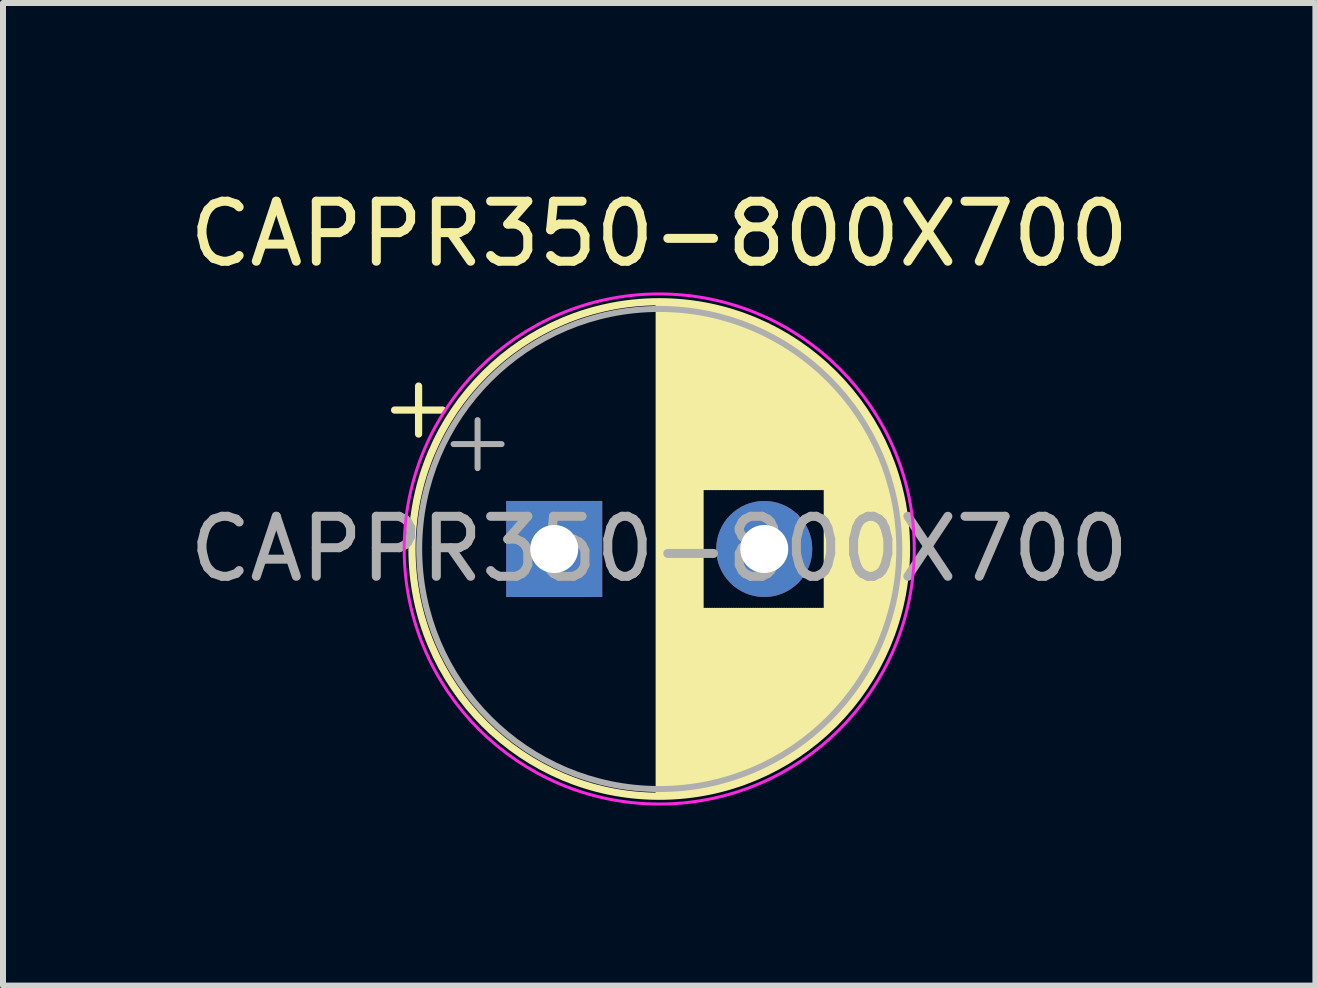
<source format=kicad_pcb>
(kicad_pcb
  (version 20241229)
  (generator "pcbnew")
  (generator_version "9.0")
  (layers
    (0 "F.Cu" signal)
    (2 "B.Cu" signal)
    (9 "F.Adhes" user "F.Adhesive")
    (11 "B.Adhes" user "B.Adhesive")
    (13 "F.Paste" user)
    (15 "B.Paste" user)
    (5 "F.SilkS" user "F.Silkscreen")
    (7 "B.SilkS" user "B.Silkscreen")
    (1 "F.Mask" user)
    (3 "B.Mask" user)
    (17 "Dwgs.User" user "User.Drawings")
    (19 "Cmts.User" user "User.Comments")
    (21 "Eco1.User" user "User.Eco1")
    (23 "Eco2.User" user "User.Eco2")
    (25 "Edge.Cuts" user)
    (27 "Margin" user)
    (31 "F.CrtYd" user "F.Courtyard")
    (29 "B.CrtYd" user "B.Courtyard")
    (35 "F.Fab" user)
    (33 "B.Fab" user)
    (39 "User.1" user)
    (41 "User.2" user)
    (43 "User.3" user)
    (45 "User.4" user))
  (footprint "CAPPR350-800X700"
    (layer "F.Cu")
    (at 6.185 6.098)
    (property "Reference" "CAPPR350-800X700" (at 1.75 -5.25 0) (layer "F.SilkS") (effects (font (size 1 1) (thickness 0.15))))
    (attr through_hole)
    (fp_line (start -2.66 -2.315) (end -1.86 -2.315) (stroke (width 0.12) (type solid)) (layer "F.SilkS"))
    (fp_line (start -2.26 -2.715) (end -2.26 -1.915) (stroke (width 0.12) (type solid)) (layer "F.SilkS"))
    (fp_line (start 1.75 -4.08) (end 1.75 4.08) (stroke (width 0.12) (type solid)) (layer "F.SilkS"))
    (fp_line (start 1.79 -4.08) (end 1.79 4.08) (stroke (width 0.12) (type solid)) (layer "F.SilkS"))
    (fp_line (start 1.83 -4.08) (end 1.83 4.08) (stroke (width 0.12) (type solid)) (layer "F.SilkS"))
    (fp_line (start 1.87 -4.079) (end 1.87 4.079) (stroke (width 0.12) (type solid)) (layer "F.SilkS"))
    (fp_line (start 1.91 -4.077) (end 1.91 4.077) (stroke (width 0.12) (type solid)) (layer "F.SilkS"))
    (fp_line (start 1.95 -4.076) (end 1.95 4.076) (stroke (width 0.12) (type solid)) (layer "F.SilkS"))
    (fp_line (start 1.99 -4.074) (end 1.99 4.074) (stroke (width 0.12) (type solid)) (layer "F.SilkS"))
    (fp_line (start 2.03 -4.071) (end 2.03 4.071) (stroke (width 0.12) (type solid)) (layer "F.SilkS"))
    (fp_line (start 2.07 -4.068) (end 2.07 4.068) (stroke (width 0.12) (type solid)) (layer "F.SilkS"))
    (fp_line (start 2.11 -4.065) (end 2.11 4.065) (stroke (width 0.12) (type solid)) (layer "F.SilkS"))
    (fp_line (start 2.15 -4.061) (end 2.15 4.061) (stroke (width 0.12) (type solid)) (layer "F.SilkS"))
    (fp_line (start 2.19 -4.057) (end 2.19 4.057) (stroke (width 0.12) (type solid)) (layer "F.SilkS"))
    (fp_line (start 2.23 -4.052) (end 2.23 4.052) (stroke (width 0.12) (type solid)) (layer "F.SilkS"))
    (fp_line (start 2.27 -4.048) (end 2.27 4.048) (stroke (width 0.12) (type solid)) (layer "F.SilkS"))
    (fp_line (start 2.31 -4.042) (end 2.31 4.042) (stroke (width 0.12) (type solid)) (layer "F.SilkS"))
    (fp_line (start 2.35 -4.037) (end 2.35 4.037) (stroke (width 0.12) (type solid)) (layer "F.SilkS"))
    (fp_line (start 2.39 -4.03) (end 2.39 4.03) (stroke (width 0.12) (type solid)) (layer "F.SilkS"))
    (fp_line (start 2.43 -4.024) (end 2.43 4.024) (stroke (width 0.12) (type solid)) (layer "F.SilkS"))
    (fp_line (start 2.471 -4.017) (end 2.471 -1.04) (stroke (width 0.12) (type solid)) (layer "F.SilkS"))
    (fp_line (start 2.471 1.04) (end 2.471 4.017) (stroke (width 0.12) (type solid)) (layer "F.SilkS"))
    (fp_line (start 2.511 -4.01) (end 2.511 -1.04) (stroke (width 0.12) (type solid)) (layer "F.SilkS"))
    (fp_line (start 2.511 1.04) (end 2.511 4.01) (stroke (width 0.12) (type solid)) (layer "F.SilkS"))
    (fp_line (start 2.551 -4.002) (end 2.551 -1.04) (stroke (width 0.12) (type solid)) (layer "F.SilkS"))
    (fp_line (start 2.551 1.04) (end 2.551 4.002) (stroke (width 0.12) (type solid)) (layer "F.SilkS"))
    (fp_line (start 2.591 -3.994) (end 2.591 -1.04) (stroke (width 0.12) (type solid)) (layer "F.SilkS"))
    (fp_line (start 2.591 1.04) (end 2.591 3.994) (stroke (width 0.12) (type solid)) (layer "F.SilkS"))
    (fp_line (start 2.631 -3.985) (end 2.631 -1.04) (stroke (width 0.12) (type solid)) (layer "F.SilkS"))
    (fp_line (start 2.631 1.04) (end 2.631 3.985) (stroke (width 0.12) (type solid)) (layer "F.SilkS"))
    (fp_line (start 2.671 -3.976) (end 2.671 -1.04) (stroke (width 0.12) (type solid)) (layer "F.SilkS"))
    (fp_line (start 2.671 1.04) (end 2.671 3.976) (stroke (width 0.12) (type solid)) (layer "F.SilkS"))
    (fp_line (start 2.711 -3.967) (end 2.711 -1.04) (stroke (width 0.12) (type solid)) (layer "F.SilkS"))
    (fp_line (start 2.711 1.04) (end 2.711 3.967) (stroke (width 0.12) (type solid)) (layer "F.SilkS"))
    (fp_line (start 2.751 -3.957) (end 2.751 -1.04) (stroke (width 0.12) (type solid)) (layer "F.SilkS"))
    (fp_line (start 2.751 1.04) (end 2.751 3.957) (stroke (width 0.12) (type solid)) (layer "F.SilkS"))
    (fp_line (start 2.791 -3.947) (end 2.791 -1.04) (stroke (width 0.12) (type solid)) (layer "F.SilkS"))
    (fp_line (start 2.791 1.04) (end 2.791 3.947) (stroke (width 0.12) (type solid)) (layer "F.SilkS"))
    (fp_line (start 2.831 -3.936) (end 2.831 -1.04) (stroke (width 0.12) (type solid)) (layer "F.SilkS"))
    (fp_line (start 2.831 1.04) (end 2.831 3.936) (stroke (width 0.12) (type solid)) (layer "F.SilkS"))
    (fp_line (start 2.871 -3.925) (end 2.871 -1.04) (stroke (width 0.12) (type solid)) (layer "F.SilkS"))
    (fp_line (start 2.871 1.04) (end 2.871 3.925) (stroke (width 0.12) (type solid)) (layer "F.SilkS"))
    (fp_line (start 2.911 -3.914) (end 2.911 -1.04) (stroke (width 0.12) (type solid)) (layer "F.SilkS"))
    (fp_line (start 2.911 1.04) (end 2.911 3.914) (stroke (width 0.12) (type solid)) (layer "F.SilkS"))
    (fp_line (start 2.951 -3.902) (end 2.951 -1.04) (stroke (width 0.12) (type solid)) (layer "F.SilkS"))
    (fp_line (start 2.951 1.04) (end 2.951 3.902) (stroke (width 0.12) (type solid)) (layer "F.SilkS"))
    (fp_line (start 2.991 -3.889) (end 2.991 -1.04) (stroke (width 0.12) (type solid)) (layer "F.SilkS"))
    (fp_line (start 2.991 1.04) (end 2.991 3.889) (stroke (width 0.12) (type solid)) (layer "F.SilkS"))
    (fp_line (start 3.031 -3.877) (end 3.031 -1.04) (stroke (width 0.12) (type solid)) (layer "F.SilkS"))
    (fp_line (start 3.031 1.04) (end 3.031 3.877) (stroke (width 0.12) (type solid)) (layer "F.SilkS"))
    (fp_line (start 3.071 -3.863) (end 3.071 -1.04) (stroke (width 0.12) (type solid)) (layer "F.SilkS"))
    (fp_line (start 3.071 1.04) (end 3.071 3.863) (stroke (width 0.12) (type solid)) (layer "F.SilkS"))
    (fp_line (start 3.111 -3.85) (end 3.111 -1.04) (stroke (width 0.12) (type solid)) (layer "F.SilkS"))
    (fp_line (start 3.111 1.04) (end 3.111 3.85) (stroke (width 0.12) (type solid)) (layer "F.SilkS"))
    (fp_line (start 3.151 -3.835) (end 3.151 -1.04) (stroke (width 0.12) (type solid)) (layer "F.SilkS"))
    (fp_line (start 3.151 1.04) (end 3.151 3.835) (stroke (width 0.12) (type solid)) (layer "F.SilkS"))
    (fp_line (start 3.191 -3.821) (end 3.191 -1.04) (stroke (width 0.12) (type solid)) (layer "F.SilkS"))
    (fp_line (start 3.191 1.04) (end 3.191 3.821) (stroke (width 0.12) (type solid)) (layer "F.SilkS"))
    (fp_line (start 3.231 -3.805) (end 3.231 -1.04) (stroke (width 0.12) (type solid)) (layer "F.SilkS"))
    (fp_line (start 3.231 1.04) (end 3.231 3.805) (stroke (width 0.12) (type solid)) (layer "F.SilkS"))
    (fp_line (start 3.271 -3.79) (end 3.271 -1.04) (stroke (width 0.12) (type solid)) (layer "F.SilkS"))
    (fp_line (start 3.271 1.04) (end 3.271 3.79) (stroke (width 0.12) (type solid)) (layer "F.SilkS"))
    (fp_line (start 3.311 -3.774) (end 3.311 -1.04) (stroke (width 0.12) (type solid)) (layer "F.SilkS"))
    (fp_line (start 3.311 1.04) (end 3.311 3.774) (stroke (width 0.12) (type solid)) (layer "F.SilkS"))
    (fp_line (start 3.351 -3.757) (end 3.351 -1.04) (stroke (width 0.12) (type solid)) (layer "F.SilkS"))
    (fp_line (start 3.351 1.04) (end 3.351 3.757) (stroke (width 0.12) (type solid)) (layer "F.SilkS"))
    (fp_line (start 3.391 -3.74) (end 3.391 -1.04) (stroke (width 0.12) (type solid)) (layer "F.SilkS"))
    (fp_line (start 3.391 1.04) (end 3.391 3.74) (stroke (width 0.12) (type solid)) (layer "F.SilkS"))
    (fp_line (start 3.431 -3.722) (end 3.431 -1.04) (stroke (width 0.12) (type solid)) (layer "F.SilkS"))
    (fp_line (start 3.431 1.04) (end 3.431 3.722) (stroke (width 0.12) (type solid)) (layer "F.SilkS"))
    (fp_line (start 3.471 -3.704) (end 3.471 -1.04) (stroke (width 0.12) (type solid)) (layer "F.SilkS"))
    (fp_line (start 3.471 1.04) (end 3.471 3.704) (stroke (width 0.12) (type solid)) (layer "F.SilkS"))
    (fp_line (start 3.511 -3.686) (end 3.511 -1.04) (stroke (width 0.12) (type solid)) (layer "F.SilkS"))
    (fp_line (start 3.511 1.04) (end 3.511 3.686) (stroke (width 0.12) (type solid)) (layer "F.SilkS"))
    (fp_line (start 3.551 -3.666) (end 3.551 -1.04) (stroke (width 0.12) (type solid)) (layer "F.SilkS"))
    (fp_line (start 3.551 1.04) (end 3.551 3.666) (stroke (width 0.12) (type solid)) (layer "F.SilkS"))
    (fp_line (start 3.591 -3.647) (end 3.591 -1.04) (stroke (width 0.12) (type solid)) (layer "F.SilkS"))
    (fp_line (start 3.591 1.04) (end 3.591 3.647) (stroke (width 0.12) (type solid)) (layer "F.SilkS"))
    (fp_line (start 3.631 -3.627) (end 3.631 -1.04) (stroke (width 0.12) (type solid)) (layer "F.SilkS"))
    (fp_line (start 3.631 1.04) (end 3.631 3.627) (stroke (width 0.12) (type solid)) (layer "F.SilkS"))
    (fp_line (start 3.671 -3.606) (end 3.671 -1.04) (stroke (width 0.12) (type solid)) (layer "F.SilkS"))
    (fp_line (start 3.671 1.04) (end 3.671 3.606) (stroke (width 0.12) (type solid)) (layer "F.SilkS"))
    (fp_line (start 3.711 -3.584) (end 3.711 -1.04) (stroke (width 0.12) (type solid)) (layer "F.SilkS"))
    (fp_line (start 3.711 1.04) (end 3.711 3.584) (stroke (width 0.12) (type solid)) (layer "F.SilkS"))
    (fp_line (start 3.751 -3.562) (end 3.751 -1.04) (stroke (width 0.12) (type solid)) (layer "F.SilkS"))
    (fp_line (start 3.751 1.04) (end 3.751 3.562) (stroke (width 0.12) (type solid)) (layer "F.SilkS"))
    (fp_line (start 3.791 -3.54) (end 3.791 -1.04) (stroke (width 0.12) (type solid)) (layer "F.SilkS"))
    (fp_line (start 3.791 1.04) (end 3.791 3.54) (stroke (width 0.12) (type solid)) (layer "F.SilkS"))
    (fp_line (start 3.831 -3.517) (end 3.831 -1.04) (stroke (width 0.12) (type solid)) (layer "F.SilkS"))
    (fp_line (start 3.831 1.04) (end 3.831 3.517) (stroke (width 0.12) (type solid)) (layer "F.SilkS"))
    (fp_line (start 3.871 -3.493) (end 3.871 -1.04) (stroke (width 0.12) (type solid)) (layer "F.SilkS"))
    (fp_line (start 3.871 1.04) (end 3.871 3.493) (stroke (width 0.12) (type solid)) (layer "F.SilkS"))
    (fp_line (start 3.911 -3.469) (end 3.911 -1.04) (stroke (width 0.12) (type solid)) (layer "F.SilkS"))
    (fp_line (start 3.911 1.04) (end 3.911 3.469) (stroke (width 0.12) (type solid)) (layer "F.SilkS"))
    (fp_line (start 3.951 -3.444) (end 3.951 -1.04) (stroke (width 0.12) (type solid)) (layer "F.SilkS"))
    (fp_line (start 3.951 1.04) (end 3.951 3.444) (stroke (width 0.12) (type solid)) (layer "F.SilkS"))
    (fp_line (start 3.991 -3.418) (end 3.991 -1.04) (stroke (width 0.12) (type solid)) (layer "F.SilkS"))
    (fp_line (start 3.991 1.04) (end 3.991 3.418) (stroke (width 0.12) (type solid)) (layer "F.SilkS"))
    (fp_line (start 4.031 -3.392) (end 4.031 -1.04) (stroke (width 0.12) (type solid)) (layer "F.SilkS"))
    (fp_line (start 4.031 1.04) (end 4.031 3.392) (stroke (width 0.12) (type solid)) (layer "F.SilkS"))
    (fp_line (start 4.071 -3.365) (end 4.071 -1.04) (stroke (width 0.12) (type solid)) (layer "F.SilkS"))
    (fp_line (start 4.071 1.04) (end 4.071 3.365) (stroke (width 0.12) (type solid)) (layer "F.SilkS"))
    (fp_line (start 4.111 -3.338) (end 4.111 -1.04) (stroke (width 0.12) (type solid)) (layer "F.SilkS"))
    (fp_line (start 4.111 1.04) (end 4.111 3.338) (stroke (width 0.12) (type solid)) (layer "F.SilkS"))
    (fp_line (start 4.151 -3.309) (end 4.151 -1.04) (stroke (width 0.12) (type solid)) (layer "F.SilkS"))
    (fp_line (start 4.151 1.04) (end 4.151 3.309) (stroke (width 0.12) (type solid)) (layer "F.SilkS"))
    (fp_line (start 4.191 -3.28) (end 4.191 -1.04) (stroke (width 0.12) (type solid)) (layer "F.SilkS"))
    (fp_line (start 4.191 1.04) (end 4.191 3.28) (stroke (width 0.12) (type solid)) (layer "F.SilkS"))
    (fp_line (start 4.231 -3.25) (end 4.231 -1.04) (stroke (width 0.12) (type solid)) (layer "F.SilkS"))
    (fp_line (start 4.231 1.04) (end 4.231 3.25) (stroke (width 0.12) (type solid)) (layer "F.SilkS"))
    (fp_line (start 4.271 -3.22) (end 4.271 -1.04) (stroke (width 0.12) (type solid)) (layer "F.SilkS"))
    (fp_line (start 4.271 1.04) (end 4.271 3.22) (stroke (width 0.12) (type solid)) (layer "F.SilkS"))
    (fp_line (start 4.311 -3.189) (end 4.311 -1.04) (stroke (width 0.12) (type solid)) (layer "F.SilkS"))
    (fp_line (start 4.311 1.04) (end 4.311 3.189) (stroke (width 0.12) (type solid)) (layer "F.SilkS"))
    (fp_line (start 4.351 -3.156) (end 4.351 -1.04) (stroke (width 0.12) (type solid)) (layer "F.SilkS"))
    (fp_line (start 4.351 1.04) (end 4.351 3.156) (stroke (width 0.12) (type solid)) (layer "F.SilkS"))
    (fp_line (start 4.391 -3.124) (end 4.391 -1.04) (stroke (width 0.12) (type solid)) (layer "F.SilkS"))
    (fp_line (start 4.391 1.04) (end 4.391 3.124) (stroke (width 0.12) (type solid)) (layer "F.SilkS"))
    (fp_line (start 4.431 -3.09) (end 4.431 -1.04) (stroke (width 0.12) (type solid)) (layer "F.SilkS"))
    (fp_line (start 4.431 1.04) (end 4.431 3.09) (stroke (width 0.12) (type solid)) (layer "F.SilkS"))
    (fp_line (start 4.471 -3.055) (end 4.471 -1.04) (stroke (width 0.12) (type solid)) (layer "F.SilkS"))
    (fp_line (start 4.471 1.04) (end 4.471 3.055) (stroke (width 0.12) (type solid)) (layer "F.SilkS"))
    (fp_line (start 4.511 -3.019) (end 4.511 -1.04) (stroke (width 0.12) (type solid)) (layer "F.SilkS"))
    (fp_line (start 4.511 1.04) (end 4.511 3.019) (stroke (width 0.12) (type solid)) (layer "F.SilkS"))
    (fp_line (start 4.551 -2.983) (end 4.551 2.983) (stroke (width 0.12) (type solid)) (layer "F.SilkS"))
    (fp_line (start 4.591 -2.945) (end 4.591 2.945) (stroke (width 0.12) (type solid)) (layer "F.SilkS"))
    (fp_line (start 4.631 -2.907) (end 4.631 2.907) (stroke (width 0.12) (type solid)) (layer "F.SilkS"))
    (fp_line (start 4.671 -2.867) (end 4.671 2.867) (stroke (width 0.12) (type solid)) (layer "F.SilkS"))
    (fp_line (start 4.711 -2.826) (end 4.711 2.826) (stroke (width 0.12) (type solid)) (layer "F.SilkS"))
    (fp_line (start 4.751 -2.784) (end 4.751 2.784) (stroke (width 0.12) (type solid)) (layer "F.SilkS"))
    (fp_line (start 4.791 -2.741) (end 4.791 2.741) (stroke (width 0.12) (type solid)) (layer "F.SilkS"))
    (fp_line (start 4.831 -2.697) (end 4.831 2.697) (stroke (width 0.12) (type solid)) (layer "F.SilkS"))
    (fp_line (start 4.871 -2.651) (end 4.871 2.651) (stroke (width 0.12) (type solid)) (layer "F.SilkS"))
    (fp_line (start 4.911 -2.604) (end 4.911 2.604) (stroke (width 0.12) (type solid)) (layer "F.SilkS"))
    (fp_line (start 4.951 -2.556) (end 4.951 2.556) (stroke (width 0.12) (type solid)) (layer "F.SilkS"))
    (fp_line (start 4.991 -2.505) (end 4.991 2.505) (stroke (width 0.12) (type solid)) (layer "F.SilkS"))
    (fp_line (start 5.031 -2.454) (end 5.031 2.454) (stroke (width 0.12) (type solid)) (layer "F.SilkS"))
    (fp_line (start 5.071 -2.4) (end 5.071 2.4) (stroke (width 0.12) (type solid)) (layer "F.SilkS"))
    (fp_line (start 5.111 -2.345) (end 5.111 2.345) (stroke (width 0.12) (type solid)) (layer "F.SilkS"))
    (fp_line (start 5.151 -2.287) (end 5.151 2.287) (stroke (width 0.12) (type solid)) (layer "F.SilkS"))
    (fp_line (start 5.191 -2.228) (end 5.191 2.228) (stroke (width 0.12) (type solid)) (layer "F.SilkS"))
    (fp_line (start 5.231 -2.166) (end 5.231 2.166) (stroke (width 0.12) (type solid)) (layer "F.SilkS"))
    (fp_line (start 5.271 -2.102) (end 5.271 2.102) (stroke (width 0.12) (type solid)) (layer "F.SilkS"))
    (fp_line (start 5.311 -2.034) (end 5.311 2.034) (stroke (width 0.12) (type solid)) (layer "F.SilkS"))
    (fp_line (start 5.351 -1.964) (end 5.351 1.964) (stroke (width 0.12) (type solid)) (layer "F.SilkS"))
    (fp_line (start 5.391 -1.89) (end 5.391 1.89) (stroke (width 0.12) (type solid)) (layer "F.SilkS"))
    (fp_line (start 5.431 -1.813) (end 5.431 1.813) (stroke (width 0.12) (type solid)) (layer "F.SilkS"))
    (fp_line (start 5.471 -1.731) (end 5.471 1.731) (stroke (width 0.12) (type solid)) (layer "F.SilkS"))
    (fp_line (start 5.511 -1.645) (end 5.511 1.645) (stroke (width 0.12) (type solid)) (layer "F.SilkS"))
    (fp_line (start 5.551 -1.552) (end 5.551 1.552) (stroke (width 0.12) (type solid)) (layer "F.SilkS"))
    (fp_line (start 5.591 -1.453) (end 5.591 1.453) (stroke (width 0.12) (type solid)) (layer "F.SilkS"))
    (fp_line (start 5.631 -1.346) (end 5.631 1.346) (stroke (width 0.12) (type solid)) (layer "F.SilkS"))
    (fp_line (start 5.671 -1.229) (end 5.671 1.229) (stroke (width 0.12) (type solid)) (layer "F.SilkS"))
    (fp_line (start 5.711 -1.098) (end 5.711 1.098) (stroke (width 0.12) (type solid)) (layer "F.SilkS"))
    (fp_line (start 5.751 -0.948) (end 5.751 0.948) (stroke (width 0.12) (type solid)) (layer "F.SilkS"))
    (fp_line (start 5.791 -0.768) (end 5.791 0.768) (stroke (width 0.12) (type solid)) (layer "F.SilkS"))
    (fp_line (start 5.831 -0.533) (end 5.831 0.533) (stroke (width 0.12) (type solid)) (layer "F.SilkS"))
    (fp_circle (center 1.75 0) (end 5.87 0) (stroke (width 0.12) (type solid)) (fill no) (layer "F.SilkS"))
    (fp_circle (center 1.75 0) (end 6 0) (stroke (width 0.05) (type solid)) (fill no) (layer "F.CrtYd"))
    (fp_line (start -1.677 -1.748) (end -0.877 -1.748) (stroke (width 0.1) (type solid)) (layer "F.Fab"))
    (fp_line (start -1.277 -2.147) (end -1.277 -1.347) (stroke (width 0.1) (type solid)) (layer "F.Fab"))
    (fp_circle (center 1.75 0) (end 5.75 0) (stroke (width 0.1) (type solid)) (fill no) (layer "F.Fab"))
    (fp_text user "${REFERENCE}" (at 1.75 0 0) (layer "F.Fab") (effects (font (size 1 1) (thickness 0.15))))
    (pad "1" thru_hole rect (at 0 0) (size 1.6 1.6) (drill 0.8) (layers "*.Cu" "*.Mask"))
    (pad "2" thru_hole circle (at 3.5 0) (size 1.6 1.6) (drill 0.8) (layers "*.Cu" "*.Mask")))
  (gr_rect
    (start -3 -3)
    (end 18.869 13.373)
    (stroke (width 0.1) (type default))
    (fill no)
    (layer "Edge.Cuts")))
</source>
